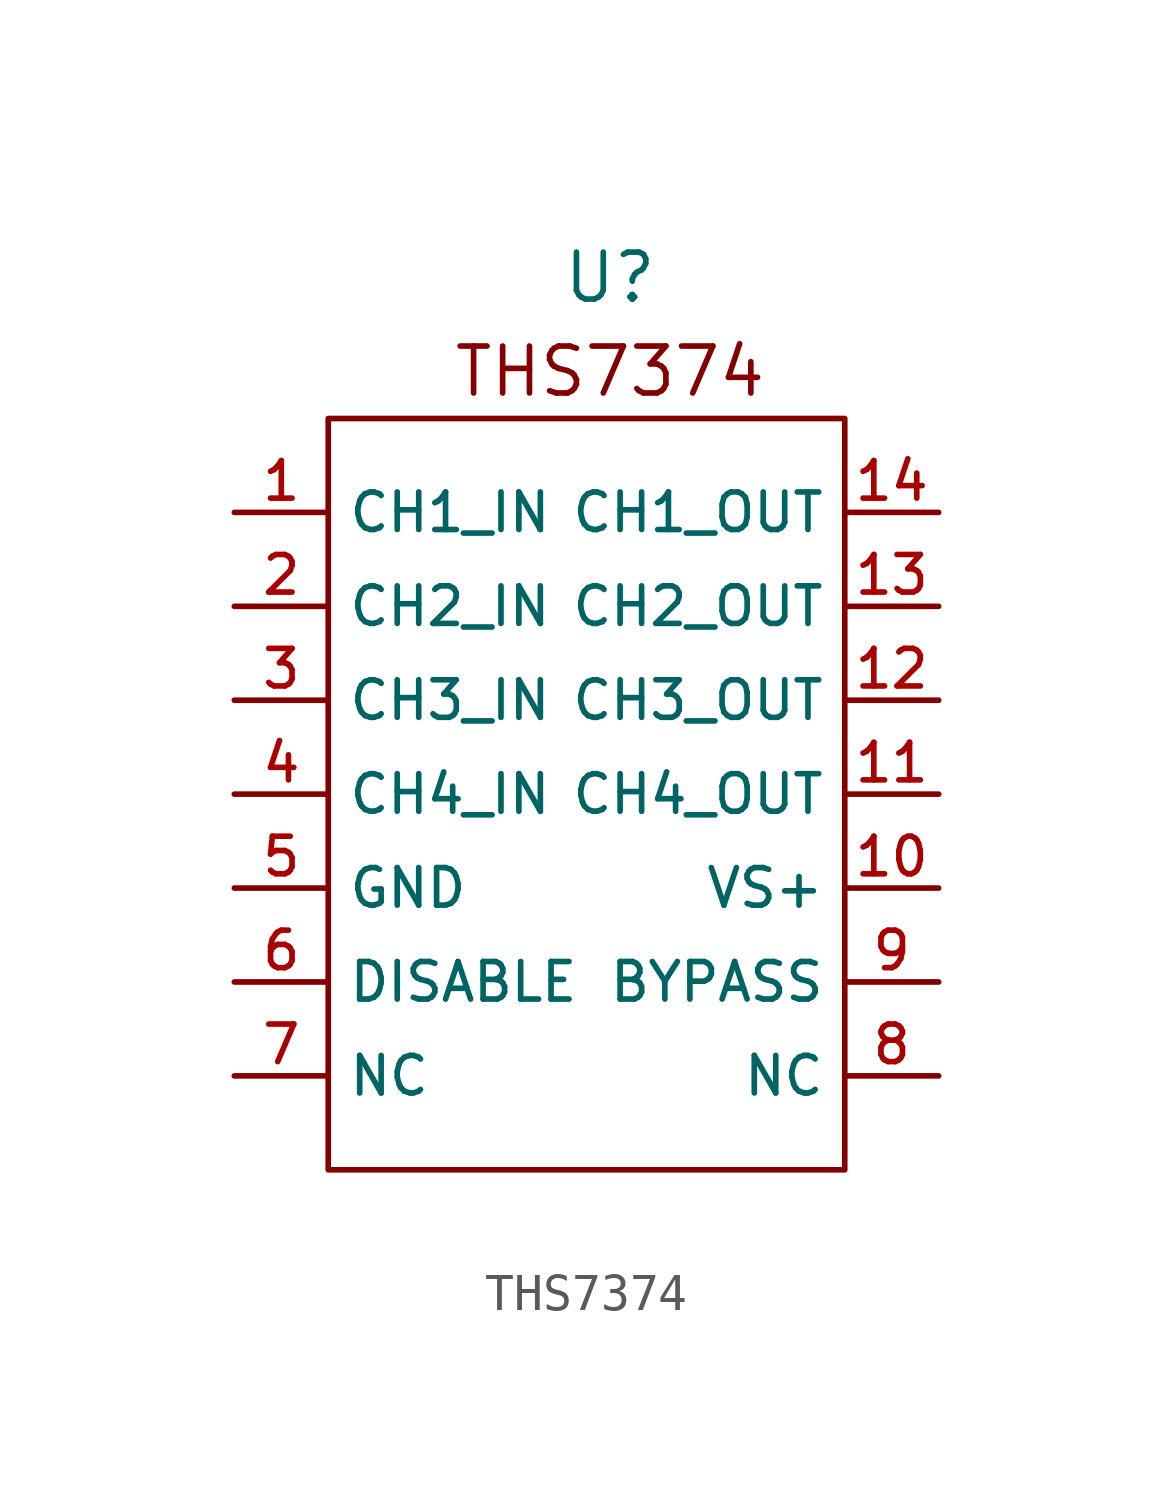
<source format=kicad_sym>
(kicad_symbol_lib
  (version 20220914)
  (generator kicad_symbol_editor)
  (symbol "THS7374"
    (property "Reference" "U"
      (at 7.62 3.81 0)
      (effects (font (size 1.27 1.27))))
    (property "Value" ""
      (at 0 0 0)
      (effects (font (size 1.27 1.27))))
    (symbol "THS7374_0_0"
      (pin passive line (at -2.54 -2.54 0) (length 2.54) (name "CH1_IN" (effects (font (size 1.016 1.016)))) (number "1" (effects (font (size 1.016 1.016)))))
      (pin passive line (at 16.51 -12.7 180) (length 2.54) (name "VS+" (effects (font (size 1.016 1.016)))) (number "10" (effects (font (size 1.016 1.016)))))
      (pin passive line (at 16.51 -10.16 180) (length 2.54) (name "CH4_OUT" (effects (font (size 1.016 1.016)))) (number "11" (effects (font (size 1.016 1.016)))))
      (pin passive line (at 16.51 -7.62 180) (length 2.54) (name "CH3_OUT" (effects (font (size 1.016 1.016)))) (number "12" (effects (font (size 1.016 1.016)))))
      (pin passive line (at 16.51 -5.08 180) (length 2.54) (name "CH2_OUT" (effects (font (size 1.016 1.016)))) (number "13" (effects (font (size 1.016 1.016)))))
      (pin passive line (at 16.51 -2.54 180) (length 2.54) (name "CH1_OUT" (effects (font (size 1.016 1.016)))) (number "14" (effects (font (size 1.016 1.016)))))
      (pin passive line (at -2.54 -5.08 0) (length 2.54) (name "CH2_IN" (effects (font (size 1.016 1.016)))) (number "2" (effects (font (size 1.016 1.016)))))
      (pin passive line (at -2.54 -7.62 0) (length 2.54) (name "CH3_IN" (effects (font (size 1.016 1.016)))) (number "3" (effects (font (size 1.016 1.016)))))
      (pin passive line (at -2.54 -10.16 0) (length 2.54) (name "CH4_IN" (effects (font (size 1.016 1.016)))) (number "4" (effects (font (size 1.016 1.016)))))
      (pin passive line (at -2.54 -12.7 0) (length 2.54) (name "GND" (effects (font (size 1.016 1.016)))) (number "5" (effects (font (size 1.016 1.016)))))
      (pin passive line (at -2.54 -15.24 0) (length 2.54) (name "DISABLE" (effects (font (size 1.016 1.016)))) (number "6" (effects (font (size 1.016 1.016)))))
      (pin passive line (at -2.54 -17.78 0) (length 2.54) (name "NC" (effects (font (size 1.016 1.016)))) (number "7" (effects (font (size 1.016 1.016)))))
      (pin passive line (at 16.51 -17.78 180) (length 2.54) (name "NC" (effects (font (size 1.016 1.016)))) (number "8" (effects (font (size 1.016 1.016)))))
      (pin passive line (at 16.51 -15.24 180) (length 2.54) (name "BYPASS" (effects (font (size 1.016 1.016)))) (number "9" (effects (font (size 1.016 1.016))))))
    (symbol "THS7374_0_1"
      (rectangle (start 0 0) (end 13.97 -20.32) (stroke (width 0) (type default)) (fill (type none)))
      (text "THS7374" (at 7.62 1.27 0) (effects (font (size 1.27 1.27)))))))
</source>
